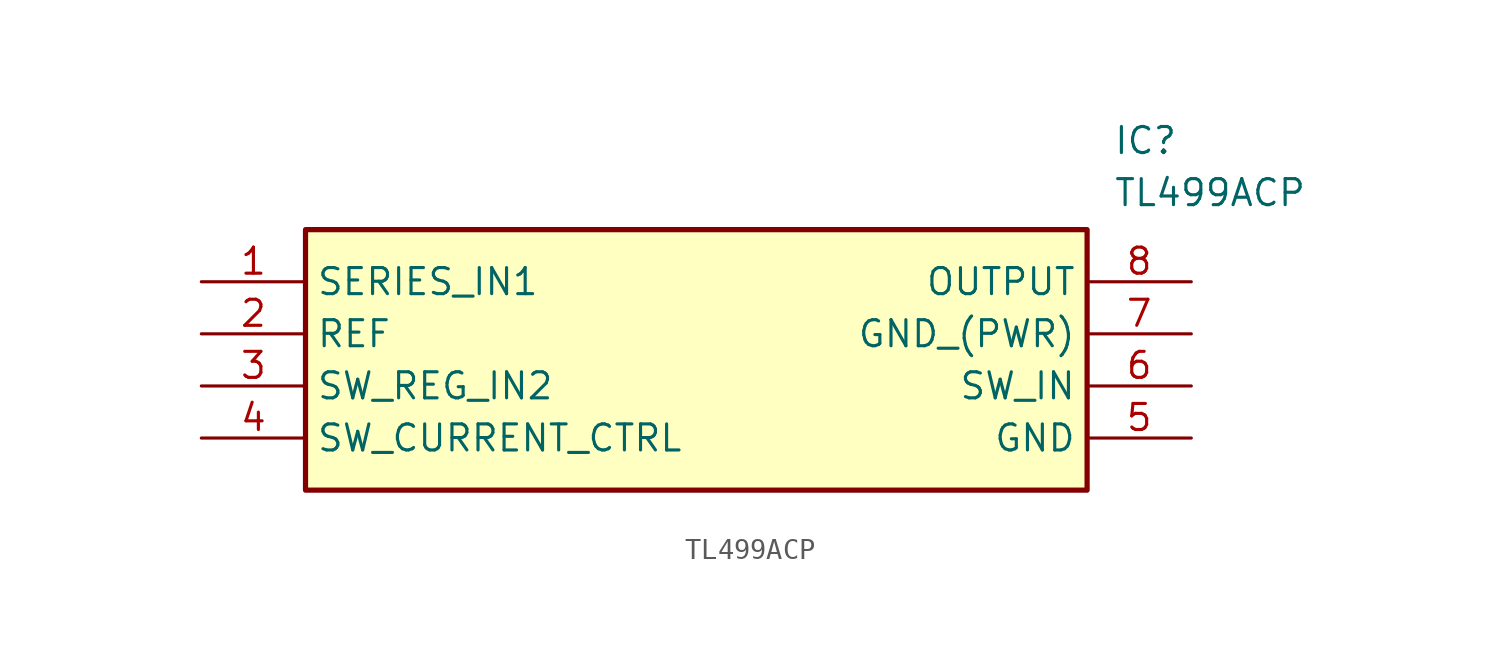
<source format=kicad_sym>
(kicad_symbol_lib
  (version 20211014)
  (generator SamacSys_ECAD_Model)
  (symbol "TL499ACP"
    (property "Reference" "IC"
      (at 44.45 7.62 0)
      (effects (font (size 1.27 1.27)) (justify left top)))
    (property "Value" "TL499ACP"
      (at 44.45 5.08 0)
      (effects (font (size 1.27 1.27)) (justify left top)))
    (rectangle
      (start 5.08 2.54)
      (end 43.18 -10.16)
      (stroke (width 0.254) (type default))
      (fill (type background)))
    (pin passive line
      (at 0 0 0)
      (length 5.08)
      (name "SERIES_IN1" (effects (font (size 1.27 1.27))))
      (number "1" (effects (font (size 1.27 1.27)))))
    (pin passive line
      (at 0 -2.54 0)
      (length 5.08)
      (name "REF" (effects (font (size 1.27 1.27))))
      (number "2" (effects (font (size 1.27 1.27)))))
    (pin passive line
      (at 0 -5.08 0)
      (length 5.08)
      (name "SW_REG_IN2" (effects (font (size 1.27 1.27))))
      (number "3" (effects (font (size 1.27 1.27)))))
    (pin passive line
      (at 0 -7.62 0)
      (length 5.08)
      (name "SW_CURRENT_CTRL" (effects (font (size 1.27 1.27))))
      (number "4" (effects (font (size 1.27 1.27)))))
    (pin passive line
      (at 48.26 0 180)
      (length 5.08)
      (name "OUTPUT" (effects (font (size 1.27 1.27))))
      (number "8" (effects (font (size 1.27 1.27)))))
    (pin passive line
      (at 48.26 -2.54 180)
      (length 5.08)
      (name "GND_(PWR)" (effects (font (size 1.27 1.27))))
      (number "7" (effects (font (size 1.27 1.27)))))
    (pin passive line
      (at 48.26 -5.08 180)
      (length 5.08)
      (name "SW_IN" (effects (font (size 1.27 1.27))))
      (number "6" (effects (font (size 1.27 1.27)))))
    (pin passive line
      (at 48.26 -7.62 180)
      (length 5.08)
      (name "GND" (effects (font (size 1.27 1.27))))
      (number "5" (effects (font (size 1.27 1.27)))))))
</source>
